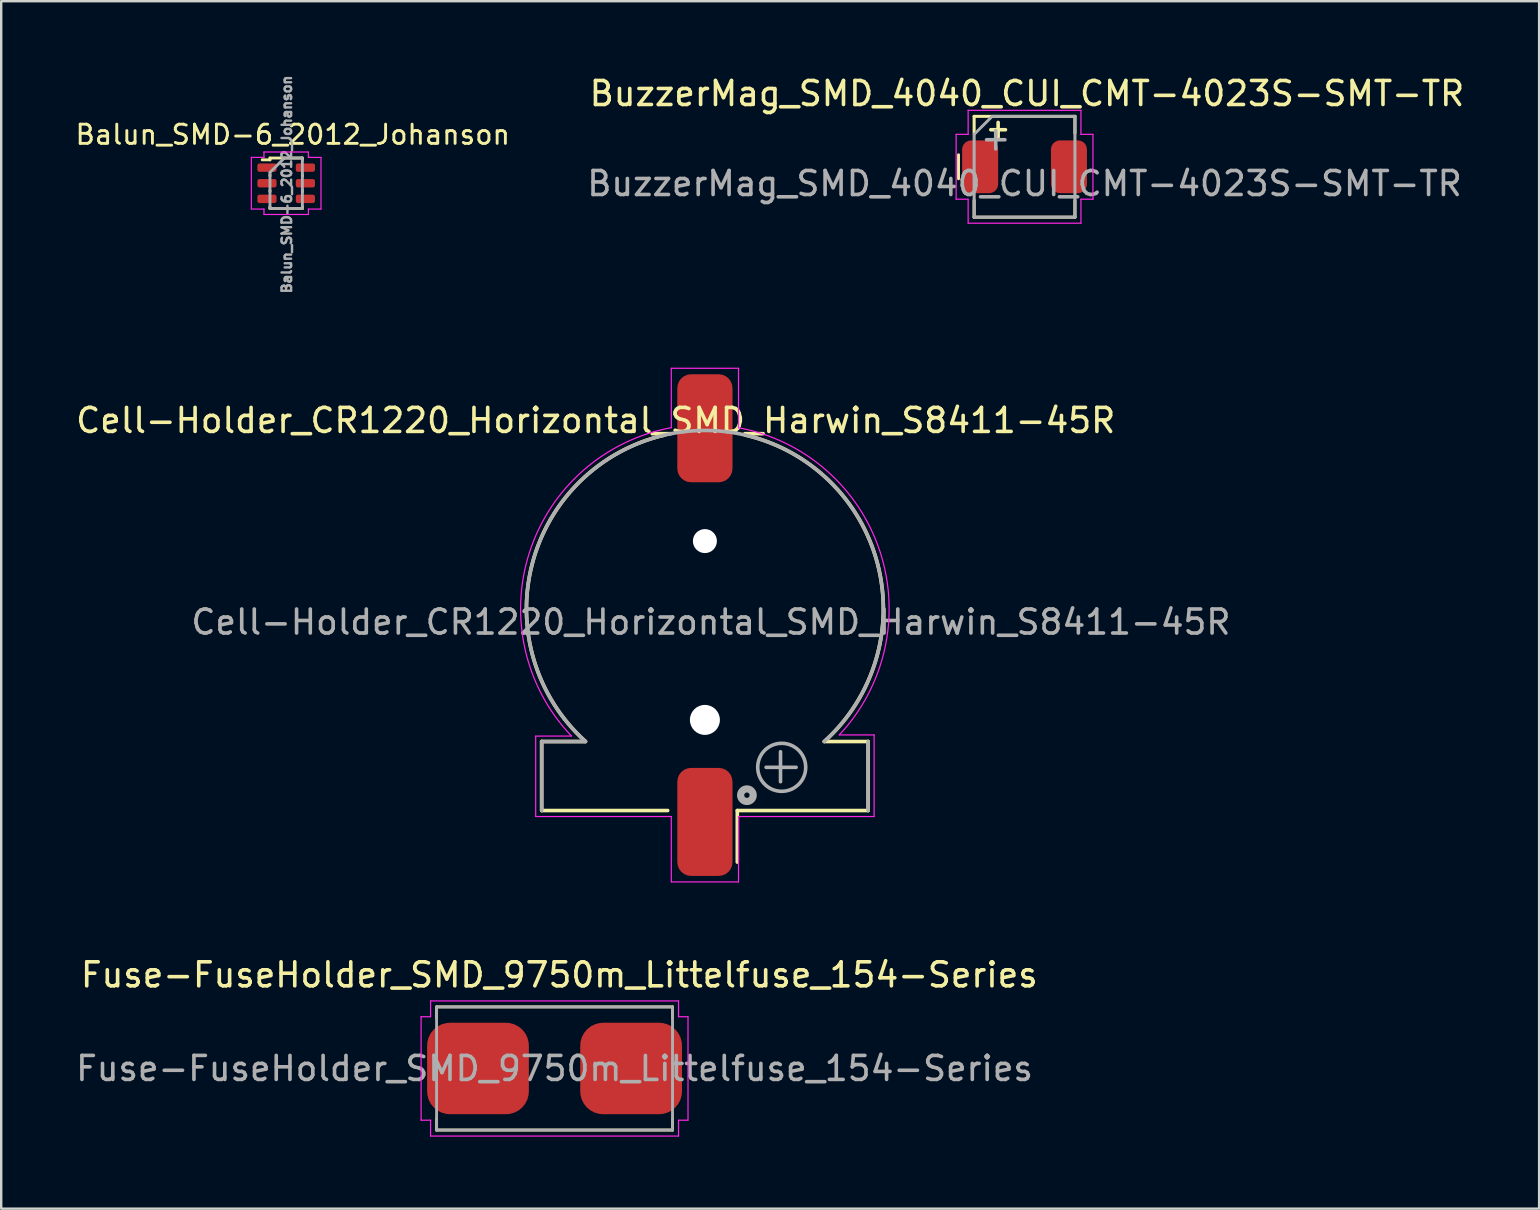
<source format=kicad_pcb>
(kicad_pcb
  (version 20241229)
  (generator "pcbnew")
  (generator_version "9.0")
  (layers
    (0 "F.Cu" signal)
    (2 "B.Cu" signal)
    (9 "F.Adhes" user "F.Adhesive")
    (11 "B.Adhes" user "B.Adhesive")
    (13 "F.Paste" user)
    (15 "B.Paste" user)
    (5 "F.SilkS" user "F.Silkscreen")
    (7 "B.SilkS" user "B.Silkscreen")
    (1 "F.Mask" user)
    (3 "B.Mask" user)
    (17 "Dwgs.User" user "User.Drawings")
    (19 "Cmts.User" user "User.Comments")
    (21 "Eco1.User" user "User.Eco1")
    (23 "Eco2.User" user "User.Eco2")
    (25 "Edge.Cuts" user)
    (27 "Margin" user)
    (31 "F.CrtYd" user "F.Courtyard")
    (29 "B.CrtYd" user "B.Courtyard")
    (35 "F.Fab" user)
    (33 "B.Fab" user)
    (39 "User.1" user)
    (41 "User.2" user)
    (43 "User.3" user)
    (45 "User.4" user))
  (footprint "Balun_SMD-6_2012_Johanson"
    (layer "F.Cu")
    (at 8.873 4.559)
    (property "Reference" "Balun_SMD-6_2012_Johanson" (at 0.275 -2 0) (unlocked yes) (layer "F.SilkS") (effects (font (size 0.8 0.8) (thickness 0.12))))
    (attr smd)
    (fp_line (start -1 -0.95) (end -0.675 -0.95) (stroke (width 0.12) (type solid)) (layer "F.SilkS"))
    (fp_line (start -0.675 -1.025) (end -0.675 -0.95) (stroke (width 0.12) (type solid)) (layer "F.SilkS"))
    (fp_line (start -0.675 -0.325) (end -0.675 -0.275) (stroke (width 0.12) (type solid)) (layer "F.SilkS"))
    (fp_line (start -0.675 0.325) (end -0.675 0.375) (stroke (width 0.12) (type solid)) (layer "F.SilkS"))
    (fp_line (start -0.675 1) (end -0.675 1.075) (stroke (width 0.12) (type solid)) (layer "F.SilkS"))
    (fp_line (start -0.675 1.075) (end 0.675 1.075) (stroke (width 0.12) (type solid)) (layer "F.SilkS"))
    (fp_line (start 0.675 -1.025) (end -0.675 -1.025) (stroke (width 0.12) (type solid)) (layer "F.SilkS"))
    (fp_line (start 0.675 -1.025) (end 0.675 -0.95) (stroke (width 0.12) (type solid)) (layer "F.SilkS"))
    (fp_line (start 0.675 -0.325) (end 0.675 -0.275) (stroke (width 0.12) (type solid)) (layer "F.SilkS"))
    (fp_line (start 0.675 0.325) (end 0.675 0.375) (stroke (width 0.12) (type solid)) (layer "F.SilkS"))
    (fp_line (start 0.675 1) (end 0.675 1.075) (stroke (width 0.12) (type solid)) (layer "F.SilkS"))
    (fp_line (start -1.45 -1.05) (end -1.45 1.1) (stroke (width 0.05) (type solid)) (layer "F.CrtYd"))
    (fp_line (start -1.45 1.1) (end -0.925 1.1) (stroke (width 0.05) (type solid)) (layer "F.CrtYd"))
    (fp_line (start -0.925 -1.275) (end -0.925 -1.05) (stroke (width 0.05) (type solid)) (layer "F.CrtYd"))
    (fp_line (start -0.925 -1.05) (end -1.45 -1.05) (stroke (width 0.05) (type solid)) (layer "F.CrtYd"))
    (fp_line (start -0.925 1.1) (end -0.925 1.325) (stroke (width 0.05) (type solid)) (layer "F.CrtYd"))
    (fp_line (start -0.925 1.325) (end 0.925 1.325) (stroke (width 0.05) (type solid)) (layer "F.CrtYd"))
    (fp_line (start 0.925 -1.275) (end -0.925 -1.275) (stroke (width 0.05) (type solid)) (layer "F.CrtYd"))
    (fp_line (start 0.925 -1.05) (end 0.925 -1.275) (stroke (width 0.05) (type solid)) (layer "F.CrtYd"))
    (fp_line (start 0.925 1.1) (end 1.45 1.1) (stroke (width 0.05) (type solid)) (layer "F.CrtYd"))
    (fp_line (start 0.925 1.325) (end 0.925 1.1) (stroke (width 0.05) (type solid)) (layer "F.CrtYd"))
    (fp_line (start 1.45 -1.05) (end 0.925 -1.05) (stroke (width 0.05) (type solid)) (layer "F.CrtYd"))
    (fp_line (start 1.45 1.1) (end 1.45 -1.05) (stroke (width 0.05) (type solid)) (layer "F.CrtYd"))
    (fp_line (start -0.675 -0.425) (end -0.675 1.075) (stroke (width 0.12) (type solid)) (layer "F.Fab"))
    (fp_line (start -0.675 1.075) (end 0.675 1.075) (stroke (width 0.12) (type solid)) (layer "F.Fab"))
    (fp_line (start -0.075 -1.025) (end -0.675 -0.425) (stroke (width 0.12) (type solid)) (layer "F.Fab"))
    (fp_line (start 0.675 -1.025) (end -0.075 -1.025) (stroke (width 0.12) (type solid)) (layer "F.Fab"))
    (fp_line (start 0.675 -1.025) (end 0.675 1.075) (stroke (width 0.12) (type solid)) (layer "F.Fab"))
    (fp_text user "${REFERENCE}" (at 0.025 0.075 90) (layer "F.Fab") (effects (font (size 0.4 0.4) (thickness 0.1))))
    (pad "1" smd roundrect (at -0.8 -0.625 90) (size 0.35 0.8) (layers "F.Cu" "F.Mask" "F.Paste") (roundrect_rratio 0.25))
    (pad "2" smd roundrect (at -0.8 0.025 90) (size 0.35 0.8) (layers "F.Cu" "F.Mask" "F.Paste") (roundrect_rratio 0.25))
    (pad "3" smd roundrect (at -0.8 0.675 90) (size 0.35 0.8) (layers "F.Cu" "F.Mask" "F.Paste") (roundrect_rratio 0.25))
    (pad "4" smd roundrect (at 0.8 0.675 90) (size 0.35 0.8) (layers "F.Cu" "F.Mask" "F.Paste") (roundrect_rratio 0.25))
    (pad "5" smd roundrect (at 0.8 0.025 90) (size 0.35 0.8) (layers "F.Cu" "F.Mask" "F.Paste") (roundrect_rratio 0.25))
    (pad "6" smd roundrect (at 0.8 -0.625 90) (size 0.35 0.8) (layers "F.Cu" "F.Mask" "F.Paste") (roundrect_rratio 0.25)))
  (footprint "Cell-Holder_CR1220_Horizontal_SMD_Harwin_S8411-45R"
    (layer "F.Cu")
    (at 26.318 23.218)
    (property "Reference" "Cell-Holder_CR1220_Horizontal_SMD_Harwin_S8411-45R" (at -4.55 -8.75 0) (unlocked yes) (layer "F.SilkS") (effects (font (size 1 1) (thickness 0.15))))
    (attr smd)
    (fp_line (start -6.8 4.625) (end -4.975 4.625) (stroke (width 0.15) (type solid)) (layer "F.SilkS"))
    (fp_line (start -6.8 7.5) (end -6.8 4.625) (stroke (width 0.15) (type solid)) (layer "F.SilkS"))
    (fp_line (start -6.8 7.5) (end -1.55 7.5) (stroke (width 0.15) (type solid)) (layer "F.SilkS"))
    (fp_line (start 1.35 7.5) (end 1.35 9.65) (stroke (width 0.15) (type solid)) (layer "F.SilkS"))
    (fp_line (start 6.8 4.625) (end 4.975 4.625) (stroke (width 0.15) (type solid)) (layer "F.SilkS"))
    (fp_line (start 6.8 4.625) (end 6.8 7.5) (stroke (width 0.15) (type solid)) (layer "F.SilkS"))
    (fp_line (start 6.8 7.5) (end 1.35 7.5) (stroke (width 0.15) (type solid)) (layer "F.SilkS"))
    (fp_arc (start -4.975 4.625) (mid -7.197934 -2.761718) (end -1.672272 -8.144291) (stroke (width 0.15) (type solid)) (layer "F.SilkS"))
    (fp_arc (start 1.672272 -8.144291) (mid 7.197934 -2.761718) (end 4.975 4.625) (stroke (width 0.15) (type solid)) (layer "F.SilkS"))
    (fp_line (start -7.05 7.75) (end -7.05 4.4) (stroke (width 0.05) (type solid)) (layer "F.CrtYd"))
    (fp_line (start -5.554 4.398) (end -7.05 4.4) (stroke (width 0.05) (type solid)) (layer "F.CrtYd"))
    (fp_line (start -1.4 -10.925) (end 1.4 -10.925) (stroke (width 0.05) (type solid)) (layer "F.CrtYd"))
    (fp_line (start -1.4 7.75) (end -7.05 7.75) (stroke (width 0.05) (type solid)) (layer "F.CrtYd"))
    (fp_line (start -1.4 10.475) (end -1.4 7.75) (stroke (width 0.05) (type solid)) (layer "F.CrtYd"))
    (fp_line (start -1.4 -8.45) (end -1.4 -10.925) (stroke (width 0.05) (type solid)) (layer "F.CrtYd"))
    (fp_line (start 1.4 -10.925) (end 1.4 -8.447) (stroke (width 0.05) (type solid)) (layer "F.CrtYd"))
    (fp_line (start 1.4 7.75) (end 1.4 10.475) (stroke (width 0.05) (type solid)) (layer "F.CrtYd"))
    (fp_line (start 1.4 10.475) (end -1.4 10.475) (stroke (width 0.05) (type solid)) (layer "F.CrtYd"))
    (fp_line (start 5.6 4.35) (end 7.05 4.35) (stroke (width 0.05) (type solid)) (layer "F.CrtYd"))
    (fp_line (start 7.05 4.35) (end 7.05 7.75) (stroke (width 0.05) (type solid)) (layer "F.CrtYd"))
    (fp_line (start 7.05 7.75) (end 1.4 7.75) (stroke (width 0.05) (type solid)) (layer "F.CrtYd"))
    (fp_arc (start -5.560233 4.395875) (mid -7.305158 -3.265831) (end -1.399999 -8.449999) (stroke (width 0.05) (type solid)) (layer "F.CrtYd"))
    (fp_arc (start 1.399525 -8.447437) (mid 7.293279 -3.293857) (end 5.599999 4.349999) (stroke (width 0.05) (type solid)) (layer "F.CrtYd"))
    (fp_line (start -6.8 4.625) (end -4.975 4.625) (stroke (width 0.15) (type solid)) (layer "F.Fab"))
    (fp_line (start -6.8 7.5) (end -6.8 4.625) (stroke (width 0.15) (type solid)) (layer "F.Fab"))
    (fp_line (start 2.55 5.7) (end 3.8 5.7) (stroke (width 0.15) (type solid)) (layer "F.Fab"))
    (fp_line (start 3.15 6.3) (end 3.15 5.05) (stroke (width 0.15) (type solid)) (layer "F.Fab"))
    (fp_line (start 6.8 4.625) (end 6.8 7.5) (stroke (width 0.15) (type solid)) (layer "F.Fab"))
    (fp_arc (start -4.98434 4.616575) (mid 0.006289 -8.334797) (end 4.975 4.625) (stroke (width 0.15) (type solid)) (layer "F.Fab"))
    (fp_circle (center 1.75 6.862) (end 1.862 6.862) (stroke (width 0.3) (type solid)) (fill no) (layer "F.Fab"))
    (fp_circle (center 3.2 5.7) (end 4.2 5.7) (stroke (width 0.15) (type solid)) (fill no) (layer "F.Fab"))
    (fp_text user "${REFERENCE}" (at 0.25 -0.35 0) (layer "F.Fab") (effects (font (size 1 1) (thickness 0.15))))
    (pad "" np_thru_hole circle (at 0 -3.725) (size 1 1) (drill 1) (layers "*.Cu" "*.Mask"))
    (pad "" np_thru_hole circle (at 0 3.725) (size 1.25 1.25) (drill 1.25) (layers "*.Cu" "*.Mask"))
    (pad "1" smd roundrect (at 0 7.975) (size 2.3 4.5) (layers "F.Cu" "F.Mask" "F.Paste") (roundrect_rratio 0.25))
    (pad "2" smd roundrect (at 0 -8.425) (size 2.3 4.5) (layers "F.Cu" "F.Mask" "F.Paste") (roundrect_rratio 0.25)))
  (footprint "BuzzerMag_SMD_4040_CUI_CMT-4023S-SMT-TR"
    (layer "F.Cu")
    (at 39.635 3.898)
    (property "Reference" "BuzzerMag_SMD_4040_CUI_CMT-4023S-SMT-TR" (at 0.1 -3.05 0) (unlocked yes) (layer "F.SilkS") (effects (font (size 1 1) (thickness 0.15))))
    (attr smd)
    (fp_line (start -2.75 0.5) (end -2.75 -0.5) (stroke (width 0.12) (type solid)) (layer "F.SilkS"))
    (fp_line (start -2.1 -2.1) (end 2.1 -2.1) (stroke (width 0.127) (type solid)) (layer "F.SilkS"))
    (fp_line (start -2.1 -1.4) (end -2.1 -2.1) (stroke (width 0.127) (type solid)) (layer "F.SilkS"))
    (fp_line (start -2.1 2.1) (end -2.1 1.4) (stroke (width 0.127) (type solid)) (layer "F.SilkS"))
    (fp_line (start 2.1 -1.4) (end 2.1 -2.1) (stroke (width 0.127) (type solid)) (layer "F.SilkS"))
    (fp_line (start 2.1 2.1) (end -2.1 2.1) (stroke (width 0.127) (type solid)) (layer "F.SilkS"))
    (fp_line (start 2.1 2.1) (end 2.1 1.4) (stroke (width 0.127) (type solid)) (layer "F.SilkS"))
    (fp_line (start -2.85 -1.35) (end -2.85 1.35) (stroke (width 0.05) (type solid)) (layer "F.CrtYd"))
    (fp_line (start -2.85 -1.35) (end -2.35 -1.35) (stroke (width 0.05) (type solid)) (layer "F.CrtYd"))
    (fp_line (start -2.85 1.35) (end -2.35 1.35) (stroke (width 0.05) (type solid)) (layer "F.CrtYd"))
    (fp_line (start -2.35 -1.35) (end -2.35 -2.35) (stroke (width 0.05) (type solid)) (layer "F.CrtYd"))
    (fp_line (start -2.35 1.35) (end -2.35 2.35) (stroke (width 0.05) (type solid)) (layer "F.CrtYd"))
    (fp_line (start -2.35 2.35) (end 2.35 2.35) (stroke (width 0.05) (type solid)) (layer "F.CrtYd"))
    (fp_line (start 2.35 -2.35) (end -2.35 -2.35) (stroke (width 0.05) (type solid)) (layer "F.CrtYd"))
    (fp_line (start 2.35 -1.35) (end 2.35 -2.35) (stroke (width 0.05) (type solid)) (layer "F.CrtYd"))
    (fp_line (start 2.35 1.35) (end 2.35 2.35) (stroke (width 0.05) (type solid)) (layer "F.CrtYd"))
    (fp_line (start 2.85 -1.35) (end 2.35 -1.35) (stroke (width 0.05) (type solid)) (layer "F.CrtYd"))
    (fp_line (start 2.85 1.35) (end 2.35 1.35) (stroke (width 0.05) (type solid)) (layer "F.CrtYd"))
    (fp_line (start 2.85 1.35) (end 2.85 -1.35) (stroke (width 0.05) (type solid)) (layer "F.CrtYd"))
    (fp_line (start -2.1 -1.35) (end -1.35 -2.1) (stroke (width 0.12) (type solid)) (layer "F.Fab"))
    (fp_line (start -2.1 2.1) (end -2.1 -1.35) (stroke (width 0.127) (type solid)) (layer "F.Fab"))
    (fp_line (start -1.35 -2.1) (end 2.1 -2.1) (stroke (width 0.127) (type solid)) (layer "F.Fab"))
    (fp_line (start 2.1 -2.1) (end 2.1 2.1) (stroke (width 0.127) (type solid)) (layer "F.Fab"))
    (fp_line (start 2.1 2.1) (end -2.1 2.1) (stroke (width 0.127) (type solid)) (layer "F.Fab"))
    (fp_text user "+" (at -1.1 -1.6 180) (layer "F.SilkS") (effects (font (size 0.8 0.8) (thickness 0.15))))
    (fp_text user "+" (at -1.2 -1.2 180) (layer "F.Fab") (effects (font (size 1 1) (thickness 0.15))))
    (fp_text user "${REFERENCE}" (at 0 0.7 0) (layer "F.Fab") (effects (font (size 1 1) (thickness 0.15))))
    (pad "1" smd roundrect (at -1.85 0 180) (size 1.5 2.2) (layers "F.Cu" "F.Mask" "F.Paste") (roundrect_rratio 0.25))
    (pad "2" smd roundrect (at 1.85 0 180) (size 1.5 2.2) (layers "F.Cu" "F.Mask" "F.Paste") (roundrect_rratio 0.25)))
  (footprint "Fuse-FuseHolder_SMD_9750m_Littelfuse_154-Series"
    (layer "F.Cu")
    (at 20.054 41.466)
    (property "Reference" "Fuse-FuseHolder_SMD_9750m_Littelfuse_154-Series" (at 0.2 -3.9 0) (unlocked yes) (layer "F.SilkS") (effects (font (size 1 1) (thickness 0.15))))
    (attr smd)
    (fp_line (start -4.915 -2.565) (end -4.915 -2.1) (stroke (width 0.12) (type solid)) (layer "F.SilkS"))
    (fp_line (start -4.915 -2.565) (end 4.915 -2.565) (stroke (width 0.12) (type solid)) (layer "F.SilkS"))
    (fp_line (start -4.915 2.1) (end -4.915 2.565) (stroke (width 0.12) (type solid)) (layer "F.SilkS"))
    (fp_line (start 4.915 -2.565) (end 4.915 -2.1) (stroke (width 0.12) (type solid)) (layer "F.SilkS"))
    (fp_line (start 4.915 2.1) (end 4.915 2.565) (stroke (width 0.12) (type solid)) (layer "F.SilkS"))
    (fp_line (start 4.915 2.565) (end -4.915 2.565) (stroke (width 0.12) (type solid)) (layer "F.SilkS"))
    (fp_line (start -5.56 -2.155) (end -5.165 -2.155) (stroke (width 0.05) (type solid)) (layer "F.CrtYd"))
    (fp_line (start -5.56 2.155) (end -5.56 -2.155) (stroke (width 0.05) (type solid)) (layer "F.CrtYd"))
    (fp_line (start -5.56 2.155) (end -5.165 2.155) (stroke (width 0.05) (type solid)) (layer "F.CrtYd"))
    (fp_line (start -5.165 -2.815) (end -5.165 -2.155) (stroke (width 0.05) (type solid)) (layer "F.CrtYd"))
    (fp_line (start -5.165 -2.815) (end 5.165 -2.815) (stroke (width 0.05) (type solid)) (layer "F.CrtYd"))
    (fp_line (start -5.165 2.815) (end -5.165 2.155) (stroke (width 0.05) (type solid)) (layer "F.CrtYd"))
    (fp_line (start 5.165 -2.815) (end 5.165 -2.155) (stroke (width 0.05) (type solid)) (layer "F.CrtYd"))
    (fp_line (start 5.165 2.815) (end -5.165 2.815) (stroke (width 0.05) (type solid)) (layer "F.CrtYd"))
    (fp_line (start 5.165 2.815) (end 5.165 2.155) (stroke (width 0.05) (type solid)) (layer "F.CrtYd"))
    (fp_line (start 5.56 -2.155) (end 5.165 -2.155) (stroke (width 0.05) (type solid)) (layer "F.CrtYd"))
    (fp_line (start 5.56 -2.155) (end 5.56 2.155) (stroke (width 0.05) (type solid)) (layer "F.CrtYd"))
    (fp_line (start 5.56 2.155) (end 5.165 2.155) (stroke (width 0.05) (type solid)) (layer "F.CrtYd"))
    (fp_line (start -4.915 -2.565) (end 4.915 -2.565) (stroke (width 0.12) (type solid)) (layer "F.Fab"))
    (fp_line (start -4.915 2.565) (end -4.915 -2.565) (stroke (width 0.12) (type solid)) (layer "F.Fab"))
    (fp_line (start 4.915 -2.565) (end 4.915 2.565) (stroke (width 0.12) (type solid)) (layer "F.Fab"))
    (fp_line (start 4.915 2.565) (end -4.915 2.565) (stroke (width 0.12) (type solid)) (layer "F.Fab"))
    (fp_text user "${REFERENCE}" (at 0 0 0) (layer "F.Fab") (effects (font (size 1 1) (thickness 0.15))))
    (pad "1" smd roundrect (at -3.19 0) (size 4.24 3.81) (layers "F.Cu" "F.Mask" "F.Paste") (roundrect_rratio 0.25))
    (pad "2" smd roundrect (at 3.19 0) (size 4.24 3.81) (layers "F.Cu" "F.Mask" "F.Paste") (roundrect_rratio 0.25)))
  (gr_rect
    (start -3 -3)
    (end 61.074 47.306)
    (stroke (width 0.1) (type default))
    (fill no)
    (layer "Edge.Cuts")))
</source>
